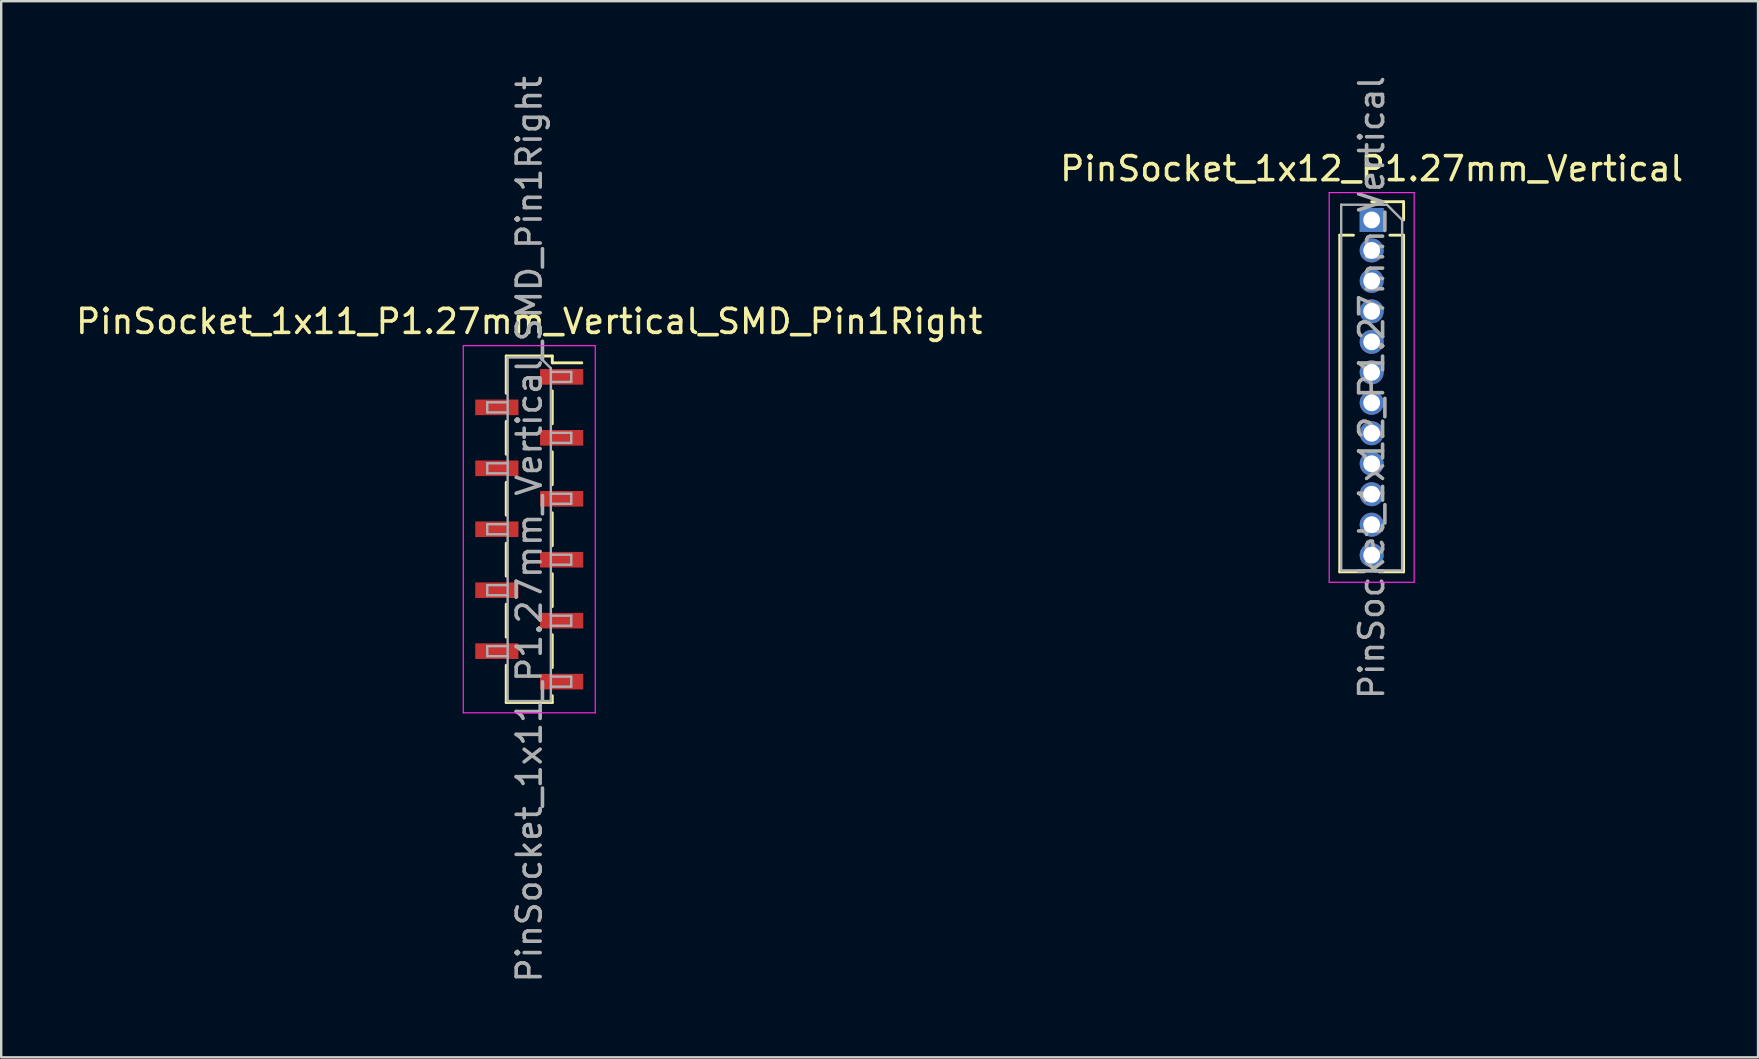
<source format=kicad_pcb>
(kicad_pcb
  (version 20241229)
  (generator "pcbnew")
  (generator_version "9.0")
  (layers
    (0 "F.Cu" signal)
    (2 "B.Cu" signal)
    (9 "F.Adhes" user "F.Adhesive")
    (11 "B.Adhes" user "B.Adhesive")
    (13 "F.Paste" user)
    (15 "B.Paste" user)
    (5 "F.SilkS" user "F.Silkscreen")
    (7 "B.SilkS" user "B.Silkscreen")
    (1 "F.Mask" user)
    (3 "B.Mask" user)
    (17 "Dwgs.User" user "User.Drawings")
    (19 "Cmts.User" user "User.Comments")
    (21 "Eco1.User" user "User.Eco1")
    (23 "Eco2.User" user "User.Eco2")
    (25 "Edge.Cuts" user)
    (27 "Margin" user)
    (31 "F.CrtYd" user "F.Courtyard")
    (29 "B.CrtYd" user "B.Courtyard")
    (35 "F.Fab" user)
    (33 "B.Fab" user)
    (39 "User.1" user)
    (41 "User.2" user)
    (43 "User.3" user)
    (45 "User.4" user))
  (footprint "PinSocket_1x11_P1.27mm_Vertical_SMD_Pin1Right"
    (layer "F.Cu")
    (at 19.006 19.006)
    (property "Reference" "PinSocket_1x11_P1.27mm_Vertical_SMD_Pin1Right" (at 0 -8.66 0) (layer "F.SilkS") (effects (font (size 1 1) (thickness 0.15))))
    (attr smd)
    (fp_line (start -0.96 -7.22) (end -0.96 -5.665) (stroke (width 0.12) (type solid)) (layer "F.SilkS"))
    (fp_line (start -0.96 -7.22) (end 0.96 -7.22) (stroke (width 0.12) (type solid)) (layer "F.SilkS"))
    (fp_line (start -0.96 -4.495) (end -0.96 -3.125) (stroke (width 0.12) (type solid)) (layer "F.SilkS"))
    (fp_line (start -0.96 -1.955) (end -0.96 -0.585) (stroke (width 0.12) (type solid)) (layer "F.SilkS"))
    (fp_line (start -0.96 0.585) (end -0.96 1.955) (stroke (width 0.12) (type solid)) (layer "F.SilkS"))
    (fp_line (start -0.96 3.125) (end -0.96 4.495) (stroke (width 0.12) (type solid)) (layer "F.SilkS"))
    (fp_line (start -0.96 5.665) (end -0.96 7.22) (stroke (width 0.12) (type solid)) (layer "F.SilkS"))
    (fp_line (start -0.96 7.22) (end 0.96 7.22) (stroke (width 0.12) (type solid)) (layer "F.SilkS"))
    (fp_line (start 0.96 -7.22) (end 0.96 -6.935) (stroke (width 0.12) (type solid)) (layer "F.SilkS"))
    (fp_line (start 0.96 -6.935) (end 2.19 -6.935) (stroke (width 0.12) (type solid)) (layer "F.SilkS"))
    (fp_line (start 0.96 -5.765) (end 0.96 -4.395) (stroke (width 0.12) (type solid)) (layer "F.SilkS"))
    (fp_line (start 0.96 -3.225) (end 0.96 -1.855) (stroke (width 0.12) (type solid)) (layer "F.SilkS"))
    (fp_line (start 0.96 -0.685) (end 0.96 0.685) (stroke (width 0.12) (type solid)) (layer "F.SilkS"))
    (fp_line (start 0.96 1.855) (end 0.96 3.225) (stroke (width 0.12) (type solid)) (layer "F.SilkS"))
    (fp_line (start 0.96 4.395) (end 0.96 5.765) (stroke (width 0.12) (type solid)) (layer "F.SilkS"))
    (fp_line (start 0.96 6.935) (end 0.96 7.22) (stroke (width 0.12) (type solid)) (layer "F.SilkS"))
    (fp_line (start -2.75 -7.65) (end 2.75 -7.65) (stroke (width 0.05) (type solid)) (layer "F.CrtYd"))
    (fp_line (start -2.75 7.65) (end -2.75 -7.65) (stroke (width 0.05) (type solid)) (layer "F.CrtYd"))
    (fp_line (start 2.75 -7.65) (end 2.75 7.65) (stroke (width 0.05) (type solid)) (layer "F.CrtYd"))
    (fp_line (start 2.75 7.65) (end -2.75 7.65) (stroke (width 0.05) (type solid)) (layer "F.CrtYd"))
    (fp_line (start -1.75 -5.29) (end -0.9 -5.29) (stroke (width 0.1) (type solid)) (layer "F.Fab"))
    (fp_line (start -1.75 -4.87) (end -1.75 -5.29) (stroke (width 0.1) (type solid)) (layer "F.Fab"))
    (fp_line (start -1.75 -2.75) (end -0.9 -2.75) (stroke (width 0.1) (type solid)) (layer "F.Fab"))
    (fp_line (start -1.75 -2.33) (end -1.75 -2.75) (stroke (width 0.1) (type solid)) (layer "F.Fab"))
    (fp_line (start -1.75 -0.21) (end -0.9 -0.21) (stroke (width 0.1) (type solid)) (layer "F.Fab"))
    (fp_line (start -1.75 0.21) (end -1.75 -0.21) (stroke (width 0.1) (type solid)) (layer "F.Fab"))
    (fp_line (start -1.75 2.33) (end -0.9 2.33) (stroke (width 0.1) (type solid)) (layer "F.Fab"))
    (fp_line (start -1.75 2.75) (end -1.75 2.33) (stroke (width 0.1) (type solid)) (layer "F.Fab"))
    (fp_line (start -1.75 4.87) (end -0.9 4.87) (stroke (width 0.1) (type solid)) (layer "F.Fab"))
    (fp_line (start -1.75 5.29) (end -1.75 4.87) (stroke (width 0.1) (type solid)) (layer "F.Fab"))
    (fp_line (start -0.9 -7.16) (end 0.45 -7.16) (stroke (width 0.1) (type solid)) (layer "F.Fab"))
    (fp_line (start -0.9 -4.87) (end -1.75 -4.87) (stroke (width 0.1) (type solid)) (layer "F.Fab"))
    (fp_line (start -0.9 -2.33) (end -1.75 -2.33) (stroke (width 0.1) (type solid)) (layer "F.Fab"))
    (fp_line (start -0.9 0.21) (end -1.75 0.21) (stroke (width 0.1) (type solid)) (layer "F.Fab"))
    (fp_line (start -0.9 2.75) (end -1.75 2.75) (stroke (width 0.1) (type solid)) (layer "F.Fab"))
    (fp_line (start -0.9 5.29) (end -1.75 5.29) (stroke (width 0.1) (type solid)) (layer "F.Fab"))
    (fp_line (start -0.9 7.16) (end -0.9 -7.16) (stroke (width 0.1) (type solid)) (layer "F.Fab"))
    (fp_line (start 0.45 -7.16) (end 0.9 -6.71) (stroke (width 0.1) (type solid)) (layer "F.Fab"))
    (fp_line (start 0.9 -6.71) (end 0.9 7.16) (stroke (width 0.1) (type solid)) (layer "F.Fab"))
    (fp_line (start 0.9 -6.56) (end 1.75 -6.56) (stroke (width 0.1) (type solid)) (layer "F.Fab"))
    (fp_line (start 0.9 -4.02) (end 1.75 -4.02) (stroke (width 0.1) (type solid)) (layer "F.Fab"))
    (fp_line (start 0.9 -1.48) (end 1.75 -1.48) (stroke (width 0.1) (type solid)) (layer "F.Fab"))
    (fp_line (start 0.9 1.06) (end 1.75 1.06) (stroke (width 0.1) (type solid)) (layer "F.Fab"))
    (fp_line (start 0.9 3.6) (end 1.75 3.6) (stroke (width 0.1) (type solid)) (layer "F.Fab"))
    (fp_line (start 0.9 6.14) (end 1.75 6.14) (stroke (width 0.1) (type solid)) (layer "F.Fab"))
    (fp_line (start 0.9 7.16) (end -0.9 7.16) (stroke (width 0.1) (type solid)) (layer "F.Fab"))
    (fp_line (start 1.75 -6.56) (end 1.75 -6.14) (stroke (width 0.1) (type solid)) (layer "F.Fab"))
    (fp_line (start 1.75 -6.14) (end 0.9 -6.14) (stroke (width 0.1) (type solid)) (layer "F.Fab"))
    (fp_line (start 1.75 -4.02) (end 1.75 -3.6) (stroke (width 0.1) (type solid)) (layer "F.Fab"))
    (fp_line (start 1.75 -3.6) (end 0.9 -3.6) (stroke (width 0.1) (type solid)) (layer "F.Fab"))
    (fp_line (start 1.75 -1.48) (end 1.75 -1.06) (stroke (width 0.1) (type solid)) (layer "F.Fab"))
    (fp_line (start 1.75 -1.06) (end 0.9 -1.06) (stroke (width 0.1) (type solid)) (layer "F.Fab"))
    (fp_line (start 1.75 1.06) (end 1.75 1.48) (stroke (width 0.1) (type solid)) (layer "F.Fab"))
    (fp_line (start 1.75 1.48) (end 0.9 1.48) (stroke (width 0.1) (type solid)) (layer "F.Fab"))
    (fp_line (start 1.75 3.6) (end 1.75 4.02) (stroke (width 0.1) (type solid)) (layer "F.Fab"))
    (fp_line (start 1.75 4.02) (end 0.9 4.02) (stroke (width 0.1) (type solid)) (layer "F.Fab"))
    (fp_line (start 1.75 6.14) (end 1.75 6.56) (stroke (width 0.1) (type solid)) (layer "F.Fab"))
    (fp_line (start 1.75 6.56) (end 0.9 6.56) (stroke (width 0.1) (type solid)) (layer "F.Fab"))
    (fp_text user "${REFERENCE}" (at 0 0 90) (layer "F.Fab") (effects (font (size 1 1) (thickness 0.15))))
    (pad "1" smd rect (at 1.35 -6.35) (size 1.8 0.65) (layers "F.Cu" "F.Mask" "F.Paste"))
    (pad "2" smd rect (at -1.35 -5.08) (size 1.8 0.65) (layers "F.Cu" "F.Mask" "F.Paste"))
    (pad "3" smd rect (at 1.35 -3.81) (size 1.8 0.65) (layers "F.Cu" "F.Mask" "F.Paste"))
    (pad "4" smd rect (at -1.35 -2.54) (size 1.8 0.65) (layers "F.Cu" "F.Mask" "F.Paste"))
    (pad "5" smd rect (at 1.35 -1.27) (size 1.8 0.65) (layers "F.Cu" "F.Mask" "F.Paste"))
    (pad "6" smd rect (at -1.35 0) (size 1.8 0.65) (layers "F.Cu" "F.Mask" "F.Paste"))
    (pad "7" smd rect (at 1.35 1.27) (size 1.8 0.65) (layers "F.Cu" "F.Mask" "F.Paste"))
    (pad "8" smd rect (at -1.35 2.54) (size 1.8 0.65) (layers "F.Cu" "F.Mask" "F.Paste"))
    (pad "9" smd rect (at 1.35 3.81) (size 1.8 0.65) (layers "F.Cu" "F.Mask" "F.Paste"))
    (pad "10" smd rect (at -1.35 5.08) (size 1.8 0.65) (layers "F.Cu" "F.Mask" "F.Paste"))
    (pad "11" smd rect (at 1.35 6.35) (size 1.8 0.65) (layers "F.Cu" "F.Mask" "F.Paste")))
  (footprint "PinSocket_1x12_P1.27mm_Vertical"
    (layer "F.Cu")
    (at 54.113 6.116)
    (property "Reference" "PinSocket_1x12_P1.27mm_Vertical" (at 0 -2.135 0) (layer "F.SilkS") (effects (font (size 1 1) (thickness 0.15))))
    (attr through_hole)
    (fp_line (start -1.33 0.635) (end -1.33 14.665) (stroke (width 0.12) (type solid)) (layer "F.SilkS"))
    (fp_line (start -1.33 0.635) (end -0.76 0.635) (stroke (width 0.12) (type solid)) (layer "F.SilkS"))
    (fp_line (start -1.33 14.665) (end -0.308 14.665) (stroke (width 0.12) (type solid)) (layer "F.SilkS"))
    (fp_line (start 0 -0.76) (end 1.33 -0.76) (stroke (width 0.12) (type solid)) (layer "F.SilkS"))
    (fp_line (start 0.308 14.665) (end 1.33 14.665) (stroke (width 0.12) (type solid)) (layer "F.SilkS"))
    (fp_line (start 0.76 0.635) (end 1.33 0.635) (stroke (width 0.12) (type solid)) (layer "F.SilkS"))
    (fp_line (start 1.33 -0.76) (end 1.33 0) (stroke (width 0.12) (type solid)) (layer "F.SilkS"))
    (fp_line (start 1.33 0.635) (end 1.33 14.665) (stroke (width 0.12) (type solid)) (layer "F.SilkS"))
    (fp_line (start -1.77 -1.14) (end 1.77 -1.14) (stroke (width 0.05) (type solid)) (layer "F.CrtYd"))
    (fp_line (start -1.77 15.1) (end -1.77 -1.14) (stroke (width 0.05) (type solid)) (layer "F.CrtYd"))
    (fp_line (start 1.77 -1.14) (end 1.77 15.1) (stroke (width 0.05) (type solid)) (layer "F.CrtYd"))
    (fp_line (start 1.77 15.1) (end -1.77 15.1) (stroke (width 0.05) (type solid)) (layer "F.CrtYd"))
    (fp_line (start -1.27 -0.635) (end 0.635 -0.635) (stroke (width 0.1) (type solid)) (layer "F.Fab"))
    (fp_line (start -1.27 14.605) (end -1.27 -0.635) (stroke (width 0.1) (type solid)) (layer "F.Fab"))
    (fp_line (start 0.635 -0.635) (end 1.27 0) (stroke (width 0.1) (type solid)) (layer "F.Fab"))
    (fp_line (start 1.27 0) (end 1.27 14.605) (stroke (width 0.1) (type solid)) (layer "F.Fab"))
    (fp_line (start 1.27 14.605) (end -1.27 14.605) (stroke (width 0.1) (type solid)) (layer "F.Fab"))
    (fp_text user "${REFERENCE}" (at 0 6.985 90) (layer "F.Fab") (effects (font (size 1 1) (thickness 0.15))))
    (pad "1" thru_hole rect (at 0 0) (size 1 1) (drill 0.7) (layers "*.Cu" "*.Mask"))
    (pad "2" thru_hole circle (at 0 1.27) (size 1 1) (drill 0.7) (layers "*.Cu" "*.Mask"))
    (pad "3" thru_hole circle (at 0 2.54) (size 1 1) (drill 0.7) (layers "*.Cu" "*.Mask"))
    (pad "4" thru_hole circle (at 0 3.81) (size 1 1) (drill 0.7) (layers "*.Cu" "*.Mask"))
    (pad "5" thru_hole circle (at 0 5.08) (size 1 1) (drill 0.7) (layers "*.Cu" "*.Mask"))
    (pad "6" thru_hole circle (at 0 6.35) (size 1 1) (drill 0.7) (layers "*.Cu" "*.Mask"))
    (pad "7" thru_hole circle (at 0 7.62) (size 1 1) (drill 0.7) (layers "*.Cu" "*.Mask"))
    (pad "8" thru_hole circle (at 0 8.89) (size 1 1) (drill 0.7) (layers "*.Cu" "*.Mask"))
    (pad "9" thru_hole circle (at 0 10.16) (size 1 1) (drill 0.7) (layers "*.Cu" "*.Mask"))
    (pad "10" thru_hole circle (at 0 11.43) (size 1 1) (drill 0.7) (layers "*.Cu" "*.Mask"))
    (pad "11" thru_hole circle (at 0 12.7) (size 1 1) (drill 0.7) (layers "*.Cu" "*.Mask"))
    (pad "12" thru_hole circle (at 0 13.97) (size 1 1) (drill 0.7) (layers "*.Cu" "*.Mask")))
  (gr_rect
    (start -3 -3)
    (end 70.214 41.012)
    (stroke (width 0.1) (type default))
    (fill no)
    (layer "Edge.Cuts")))
</source>
